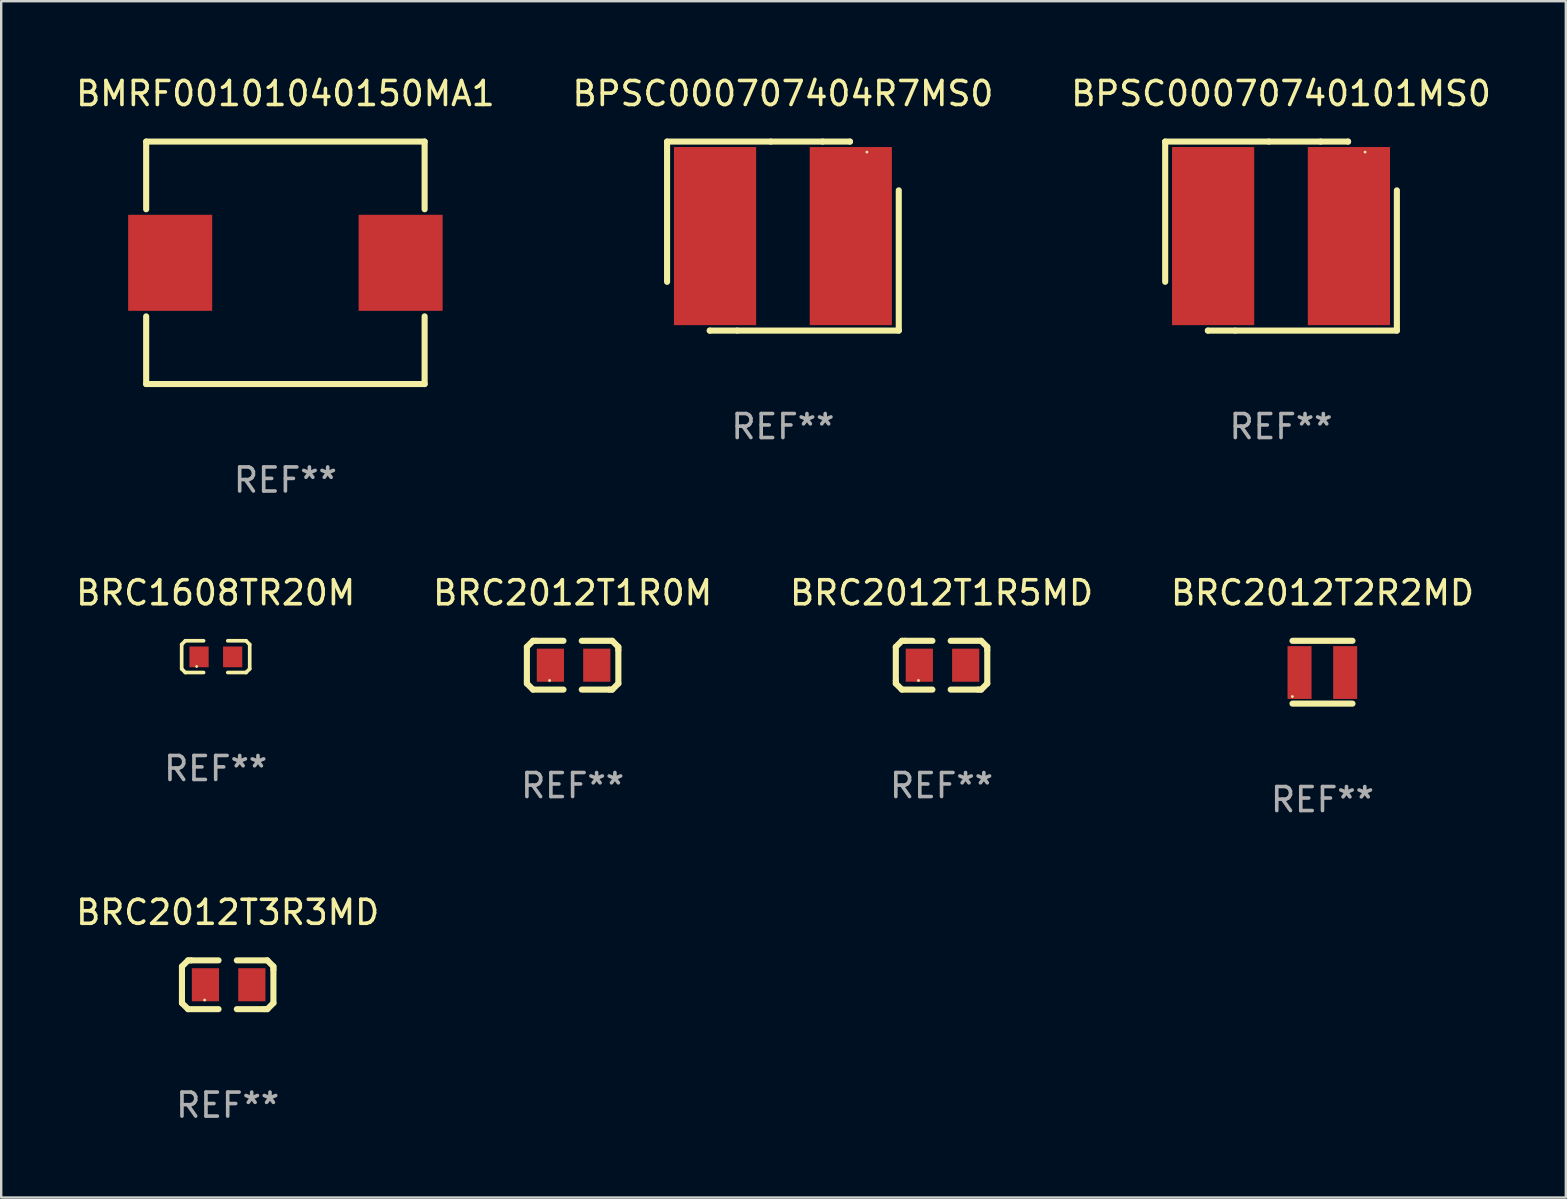
<source format=kicad_pcb>
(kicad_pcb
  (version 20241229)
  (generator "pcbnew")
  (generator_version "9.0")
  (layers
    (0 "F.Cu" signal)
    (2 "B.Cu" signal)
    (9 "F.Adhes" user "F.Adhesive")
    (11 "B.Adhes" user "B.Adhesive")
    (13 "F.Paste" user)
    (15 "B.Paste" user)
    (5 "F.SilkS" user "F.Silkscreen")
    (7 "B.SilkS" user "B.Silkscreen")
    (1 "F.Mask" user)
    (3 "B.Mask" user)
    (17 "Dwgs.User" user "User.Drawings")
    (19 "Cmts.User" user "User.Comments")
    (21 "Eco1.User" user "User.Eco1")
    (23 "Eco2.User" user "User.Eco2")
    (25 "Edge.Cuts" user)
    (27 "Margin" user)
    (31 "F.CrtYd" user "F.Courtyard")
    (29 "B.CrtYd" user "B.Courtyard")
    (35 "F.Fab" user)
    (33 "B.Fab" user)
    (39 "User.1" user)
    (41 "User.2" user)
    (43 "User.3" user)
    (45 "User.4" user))
  (footprint "BRC2012T1R5MD"
    (layer "F.Cu")
    (at 36.173 24.661)
    (property "Reference" "BRC2012T1R5MD" (at 0 -3.016 0) (layer "F.SilkS") (effects (font (size 1 1) (thickness 0.15))))
    (attr through_hole)
    (fp_line (start -1.905 -0.762) (end -1.905 0.635) (stroke (width 0.254) (type solid)) (layer "F.SilkS"))
    (fp_line (start -1.905 0.635) (end -1.905 0.762) (stroke (width 0.254) (type solid)) (layer "F.SilkS"))
    (fp_line (start -1.905 0.762) (end -1.651 1.016) (stroke (width 0.254) (type solid)) (layer "F.SilkS"))
    (fp_line (start -1.651 -1.016) (end -1.905 -0.762) (stroke (width 0.254) (type solid)) (layer "F.SilkS"))
    (fp_line (start -1.651 1.016) (end -0.381 1.016) (stroke (width 0.254) (type solid)) (layer "F.SilkS"))
    (fp_line (start -1.524 -1.016) (end -1.651 -1.016) (stroke (width 0.254) (type solid)) (layer "F.SilkS"))
    (fp_line (start -0.381 -1.016) (end -1.524 -1.016) (stroke (width 0.254) (type solid)) (layer "F.SilkS"))
    (fp_line (start 0.381 1.016) (end 1.524 1.016) (stroke (width 0.254) (type solid)) (layer "F.SilkS"))
    (fp_line (start 1.524 1.016) (end 1.651 1.016) (stroke (width 0.254) (type solid)) (layer "F.SilkS"))
    (fp_line (start 1.651 -1.016) (end 0.381 -1.016) (stroke (width 0.254) (type solid)) (layer "F.SilkS"))
    (fp_line (start 1.651 1.016) (end 1.905 0.762) (stroke (width 0.254) (type solid)) (layer "F.SilkS"))
    (fp_line (start 1.905 -0.762) (end 1.651 -1.016) (stroke (width 0.254) (type solid)) (layer "F.SilkS"))
    (fp_line (start 1.905 -0.635) (end 1.905 -0.762) (stroke (width 0.254) (type solid)) (layer "F.SilkS"))
    (fp_line (start 1.905 0.762) (end 1.905 -0.635) (stroke (width 0.254) (type solid)) (layer "F.SilkS"))
    (fp_circle (center -0.96 0.637) (end -0.93 0.637) (stroke (width 0.06) (type solid)) (fill no) (layer "F.SilkS"))
    (fp_text user "REF**" (at 0 5.016 0) (layer "F.Fab") (effects (font (size 1 1) (thickness 0.15))))
    (pad "1" smd rect (at -0.926 -0.000051) (size 1.133 1.377) (layers "F.Cu" "F.Mask" "F.Paste"))
    (pad "2" smd rect (at 1.006 -0.000051) (size 1.133 1.377) (layers "F.Cu" "F.Mask" "F.Paste")))
  (footprint "BPSC000707404R7MS0"
    (layer "F.Cu")
    (at 29.565 6.785)
    (property "Reference" "BPSC000707404R7MS0" (at 0 -5.937 0) (layer "F.SilkS") (effects (font (size 1 1) (thickness 0.15))))
    (attr through_hole)
    (fp_line (start -4.826 -3.937) (end -0.508 -3.937) (stroke (width 0.254) (type solid)) (layer "F.SilkS"))
    (fp_line (start -4.826 1.905) (end -4.826 -3.937) (stroke (width 0.254) (type solid)) (layer "F.SilkS"))
    (fp_line (start -3.048 3.937) (end -3.048 3.937) (stroke (width 0.254) (type solid)) (layer "F.SilkS"))
    (fp_line (start -1.905 3.937) (end -3.048 3.937) (stroke (width 0.254) (type solid)) (layer "F.SilkS"))
    (fp_line (start -0.508 -3.937) (end 1.651 -3.937) (stroke (width 0.254) (type solid)) (layer "F.SilkS"))
    (fp_line (start 1.651 -3.937) (end 2.794 -3.937) (stroke (width 0.254) (type solid)) (layer "F.SilkS"))
    (fp_line (start 2.794 -3.937) (end 2.794 -3.937) (stroke (width 0.254) (type solid)) (layer "F.SilkS"))
    (fp_line (start 4.826 -1.905) (end 4.826 3.937) (stroke (width 0.254) (type solid)) (layer "F.SilkS"))
    (fp_line (start 4.826 3.937) (end -1.905 3.937) (stroke (width 0.254) (type solid)) (layer "F.SilkS"))
    (fp_circle (center 3.5 -3.5) (end 3.53 -3.5) (stroke (width 0.06) (type solid)) (fill no) (layer "F.SilkS"))
    (fp_text user "REF**" (at 0 7.937 0) (layer "F.Fab") (effects (font (size 1 1) (thickness 0.15))))
    (pad "1" smd rect (at 2.828 0) (size 3.424 7.42) (layers "F.Cu" "F.Mask" "F.Paste"))
    (pad "2" smd rect (at -2.828 0) (size 3.424 7.42) (layers "F.Cu" "F.Mask" "F.Paste")))
  (footprint "BRC1608TR20M"
    (layer "F.Cu")
    (at 5.935 24.305)
    (property "Reference" "BRC1608TR20M" (at 0 -2.661 0) (layer "F.SilkS") (effects (font (size 1 1) (thickness 0.15))))
    (attr through_hole)
    (fp_line (start -1.417 -0.508) (end -1.265 -0.661) (stroke (width 0.152) (type solid)) (layer "F.SilkS"))
    (fp_line (start -1.417 0.508) (end -1.417 -0.508) (stroke (width 0.152) (type solid)) (layer "F.SilkS"))
    (fp_line (start -1.265 -0.661) (end -0.503 -0.661) (stroke (width 0.152) (type solid)) (layer "F.SilkS"))
    (fp_line (start -1.265 0.661) (end -1.417 0.508) (stroke (width 0.152) (type solid)) (layer "F.SilkS"))
    (fp_line (start -1.265 0.661) (end -0.503 0.661) (stroke (width 0.152) (type solid)) (layer "F.SilkS"))
    (fp_line (start 1.265 -0.661) (end 0.503 -0.661) (stroke (width 0.152) (type solid)) (layer "F.SilkS"))
    (fp_line (start 1.265 -0.661) (end 1.417 -0.508) (stroke (width 0.152) (type solid)) (layer "F.SilkS"))
    (fp_line (start 1.265 0.661) (end 0.503 0.661) (stroke (width 0.152) (type solid)) (layer "F.SilkS"))
    (fp_line (start 1.417 -0.508) (end 1.417 0.508) (stroke (width 0.152) (type solid)) (layer "F.SilkS"))
    (fp_line (start 1.417 0.508) (end 1.265 0.661) (stroke (width 0.152) (type solid)) (layer "F.SilkS"))
    (fp_circle (center -0.793 0.409) (end -0.763 0.409) (stroke (width 0.06) (type solid)) (fill no) (layer "F.SilkS"))
    (fp_text user "REF**" (at 0 4.661 0) (layer "F.Fab") (effects (font (size 1 1) (thickness 0.15))))
    (pad "1" smd rect (at -0.693 0.009 180) (size 0.8 0.864) (layers "F.Cu" "F.Mask" "F.Paste"))
    (pad "2" smd rect (at 0.707 0.009 180) (size 0.8 0.864) (layers "F.Cu" "F.Mask" "F.Paste")))
  (footprint "BPSC00070740101MS0"
    (layer "F.Cu")
    (at 50.315 6.785)
    (property "Reference" "BPSC00070740101MS0" (at 0 -5.937 0) (layer "F.SilkS") (effects (font (size 1 1) (thickness 0.15))))
    (attr through_hole)
    (fp_line (start -4.826 -3.937) (end -0.508 -3.937) (stroke (width 0.254) (type solid)) (layer "F.SilkS"))
    (fp_line (start -4.826 1.905) (end -4.826 -3.937) (stroke (width 0.254) (type solid)) (layer "F.SilkS"))
    (fp_line (start -3.048 3.937) (end -3.048 3.937) (stroke (width 0.254) (type solid)) (layer "F.SilkS"))
    (fp_line (start -1.905 3.937) (end -3.048 3.937) (stroke (width 0.254) (type solid)) (layer "F.SilkS"))
    (fp_line (start -0.508 -3.937) (end 1.651 -3.937) (stroke (width 0.254) (type solid)) (layer "F.SilkS"))
    (fp_line (start 1.651 -3.937) (end 2.794 -3.937) (stroke (width 0.254) (type solid)) (layer "F.SilkS"))
    (fp_line (start 2.794 -3.937) (end 2.794 -3.937) (stroke (width 0.254) (type solid)) (layer "F.SilkS"))
    (fp_line (start 4.826 -1.905) (end 4.826 3.937) (stroke (width 0.254) (type solid)) (layer "F.SilkS"))
    (fp_line (start 4.826 3.937) (end -1.905 3.937) (stroke (width 0.254) (type solid)) (layer "F.SilkS"))
    (fp_circle (center 3.5 -3.5) (end 3.53 -3.5) (stroke (width 0.06) (type solid)) (fill no) (layer "F.SilkS"))
    (fp_text user "REF**" (at 0 7.937 0) (layer "F.Fab") (effects (font (size 1 1) (thickness 0.15))))
    (pad "1" smd rect (at 2.828 0) (size 3.424 7.42) (layers "F.Cu" "F.Mask" "F.Paste"))
    (pad "2" smd rect (at -2.828 0) (size 3.424 7.42) (layers "F.Cu" "F.Mask" "F.Paste")))
  (footprint "BRC2012T3R3MD"
    (layer "F.Cu")
    (at 6.435 37.973)
    (property "Reference" "BRC2012T3R3MD" (at 0 -3.016 0) (layer "F.SilkS") (effects (font (size 1 1) (thickness 0.15))))
    (attr through_hole)
    (fp_line (start -1.905 -0.762) (end -1.905 0.635) (stroke (width 0.254) (type solid)) (layer "F.SilkS"))
    (fp_line (start -1.905 0.635) (end -1.905 0.762) (stroke (width 0.254) (type solid)) (layer "F.SilkS"))
    (fp_line (start -1.905 0.762) (end -1.651 1.016) (stroke (width 0.254) (type solid)) (layer "F.SilkS"))
    (fp_line (start -1.651 -1.016) (end -1.905 -0.762) (stroke (width 0.254) (type solid)) (layer "F.SilkS"))
    (fp_line (start -1.651 1.016) (end -0.381 1.016) (stroke (width 0.254) (type solid)) (layer "F.SilkS"))
    (fp_line (start -1.524 -1.016) (end -1.651 -1.016) (stroke (width 0.254) (type solid)) (layer "F.SilkS"))
    (fp_line (start -0.381 -1.016) (end -1.524 -1.016) (stroke (width 0.254) (type solid)) (layer "F.SilkS"))
    (fp_line (start 0.381 1.016) (end 1.524 1.016) (stroke (width 0.254) (type solid)) (layer "F.SilkS"))
    (fp_line (start 1.524 1.016) (end 1.651 1.016) (stroke (width 0.254) (type solid)) (layer "F.SilkS"))
    (fp_line (start 1.651 -1.016) (end 0.381 -1.016) (stroke (width 0.254) (type solid)) (layer "F.SilkS"))
    (fp_line (start 1.651 1.016) (end 1.905 0.762) (stroke (width 0.254) (type solid)) (layer "F.SilkS"))
    (fp_line (start 1.905 -0.762) (end 1.651 -1.016) (stroke (width 0.254) (type solid)) (layer "F.SilkS"))
    (fp_line (start 1.905 -0.635) (end 1.905 -0.762) (stroke (width 0.254) (type solid)) (layer "F.SilkS"))
    (fp_line (start 1.905 0.762) (end 1.905 -0.635) (stroke (width 0.254) (type solid)) (layer "F.SilkS"))
    (fp_circle (center -0.96 0.637) (end -0.93 0.637) (stroke (width 0.06) (type solid)) (fill no) (layer "F.SilkS"))
    (fp_text user "REF**" (at 0 5.016 0) (layer "F.Fab") (effects (font (size 1 1) (thickness 0.15))))
    (pad "1" smd rect (at -0.926 -0.000051) (size 1.133 1.377) (layers "F.Cu" "F.Mask" "F.Paste"))
    (pad "2" smd rect (at 1.006 -0.000051) (size 1.133 1.377) (layers "F.Cu" "F.Mask" "F.Paste")))
  (footprint "BRC2012T1R0M"
    (layer "F.Cu")
    (at 20.804 24.661)
    (property "Reference" "BRC2012T1R0M" (at 0 -3.016 0) (layer "F.SilkS") (effects (font (size 1 1) (thickness 0.15))))
    (attr through_hole)
    (fp_line (start -1.905 -0.762) (end -1.905 0.635) (stroke (width 0.254) (type solid)) (layer "F.SilkS"))
    (fp_line (start -1.905 0.635) (end -1.905 0.762) (stroke (width 0.254) (type solid)) (layer "F.SilkS"))
    (fp_line (start -1.905 0.762) (end -1.651 1.016) (stroke (width 0.254) (type solid)) (layer "F.SilkS"))
    (fp_line (start -1.651 -1.016) (end -1.905 -0.762) (stroke (width 0.254) (type solid)) (layer "F.SilkS"))
    (fp_line (start -1.651 1.016) (end -0.381 1.016) (stroke (width 0.254) (type solid)) (layer "F.SilkS"))
    (fp_line (start -1.524 -1.016) (end -1.651 -1.016) (stroke (width 0.254) (type solid)) (layer "F.SilkS"))
    (fp_line (start -0.381 -1.016) (end -1.524 -1.016) (stroke (width 0.254) (type solid)) (layer "F.SilkS"))
    (fp_line (start 0.381 1.016) (end 1.524 1.016) (stroke (width 0.254) (type solid)) (layer "F.SilkS"))
    (fp_line (start 1.524 1.016) (end 1.651 1.016) (stroke (width 0.254) (type solid)) (layer "F.SilkS"))
    (fp_line (start 1.651 -1.016) (end 0.381 -1.016) (stroke (width 0.254) (type solid)) (layer "F.SilkS"))
    (fp_line (start 1.651 1.016) (end 1.905 0.762) (stroke (width 0.254) (type solid)) (layer "F.SilkS"))
    (fp_line (start 1.905 -0.762) (end 1.651 -1.016) (stroke (width 0.254) (type solid)) (layer "F.SilkS"))
    (fp_line (start 1.905 -0.635) (end 1.905 -0.762) (stroke (width 0.254) (type solid)) (layer "F.SilkS"))
    (fp_line (start 1.905 0.762) (end 1.905 -0.635) (stroke (width 0.254) (type solid)) (layer "F.SilkS"))
    (fp_circle (center -0.96 0.637) (end -0.93 0.637) (stroke (width 0.06) (type solid)) (fill no) (layer "F.SilkS"))
    (fp_text user "REF**" (at 0 5.016 0) (layer "F.Fab") (effects (font (size 1 1) (thickness 0.15))))
    (pad "1" smd rect (at -0.926 -0.000051) (size 1.133 1.377) (layers "F.Cu" "F.Mask" "F.Paste"))
    (pad "2" smd rect (at 1.006 -0.000051) (size 1.133 1.377) (layers "F.Cu" "F.Mask" "F.Paste")))
  (footprint "BMRF00101040150MA1"
    (layer "F.Cu")
    (at 8.839 7.898)
    (property "Reference" "BMRF00101040150MA1" (at 0 -7.05 0) (layer "F.SilkS") (effects (font (size 1 1) (thickness 0.15))))
    (attr through_hole)
    (fp_line (start -5.8 -5.05) (end 5.8 -5.05) (stroke (width 0.254) (type solid)) (layer "F.SilkS"))
    (fp_line (start -5.8 -2.231) (end -5.8 -5.05) (stroke (width 0.254) (type solid)) (layer "F.SilkS"))
    (fp_line (start -5.8 5.05) (end -5.8 2.231) (stroke (width 0.254) (type solid)) (layer "F.SilkS"))
    (fp_line (start 5.8 -5.05) (end 5.8 -2.231) (stroke (width 0.254) (type solid)) (layer "F.SilkS"))
    (fp_line (start 5.8 2.231) (end 5.8 5.05) (stroke (width 0.254) (type solid)) (layer "F.SilkS"))
    (fp_line (start 5.8 5.05) (end -5.8 5.05) (stroke (width 0.254) (type solid)) (layer "F.SilkS"))
    (fp_circle (center -5.8 5.05) (end -5.77 5.05) (stroke (width 0.06) (type solid)) (fill no) (layer "F.SilkS"))
    (fp_text user "REF**" (at 0 9.05 0) (layer "F.Fab") (effects (font (size 1 1) (thickness 0.15))))
    (pad "1" smd rect (at -4.8 0) (size 3.5 4) (layers "F.Cu" "F.Mask" "F.Paste"))
    (pad "2" smd rect (at 4.8 0) (size 3.5 4) (layers "F.Cu" "F.Mask" "F.Paste")))
  (footprint "BRC2012T2R2MD"
    (layer "F.Cu")
    (at 52.042 24.953)
    (property "Reference" "BRC2012T2R2MD" (at 0 -3.308 0) (layer "F.SilkS") (effects (font (size 1 1) (thickness 0.15))))
    (attr through_hole)
    (fp_line (start -1.25 -1.308) (end 1.25 -1.308) (stroke (width 0.254) (type solid)) (layer "F.SilkS"))
    (fp_line (start -1.25 1.308) (end 1.25 1.308) (stroke (width 0.254) (type solid)) (layer "F.SilkS"))
    (fp_circle (center -1.255 1.013) (end -1.225 1.013) (stroke (width 0.06) (type solid)) (fill no) (layer "F.SilkS"))
    (fp_text user "REF**" (at 0 5.308 0) (layer "F.Fab") (effects (font (size 1 1) (thickness 0.15))))
    (pad "1" smd rect (at -0.956 0.013) (size 1 2.2) (layers "F.Cu" "F.Mask" "F.Paste"))
    (pad "2" smd rect (at 0.945 0.013) (size 1 2.2) (layers "F.Cu" "F.Mask" "F.Paste")))
  (gr_rect
    (start -3 -3)
    (end 62.179 46.838)
    (stroke (width 0.1) (type default))
    (fill no)
    (layer "Edge.Cuts")))
</source>
